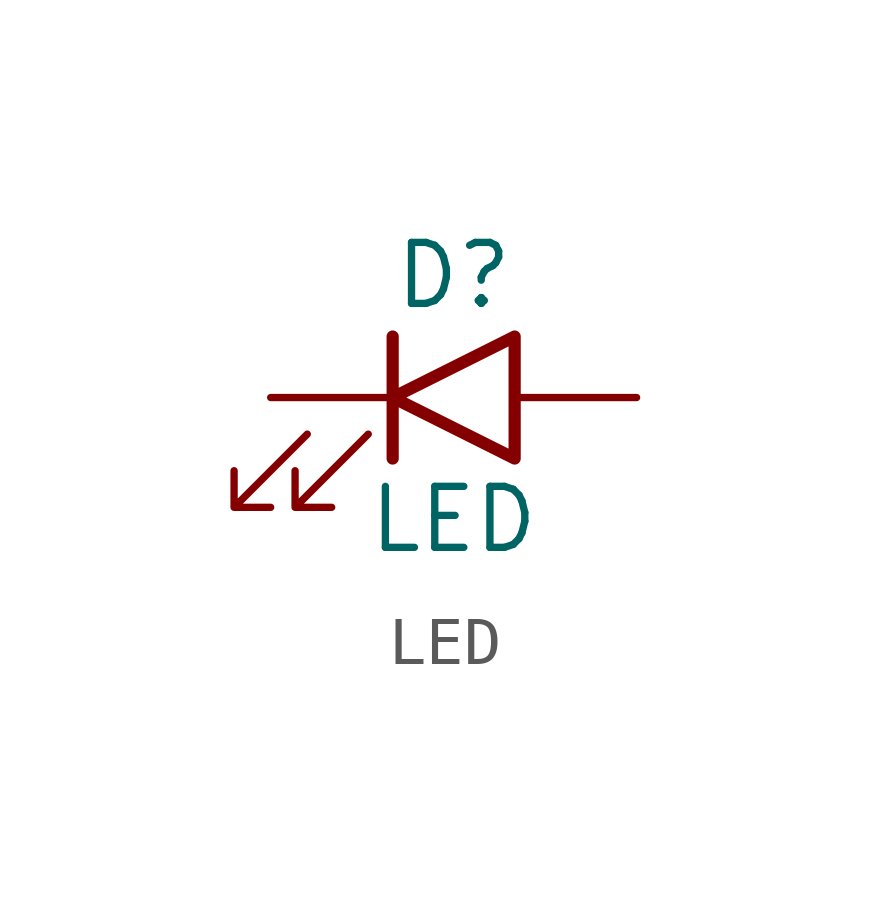
<source format=kicad_sym>
(kicad_symbol_lib
  (version 20231120)
  (generator "kicad_symbol_editor")
  (generator_version "8.0")
  (symbol "LED"
    (pin_numbers hide)
    (pin_names
      (offset 1.016) hide)
    (property "Reference" "D"
      (at 0 2.54 0)
      (effects (font (size 1.27 1.27))))
    (property "Value" "LED"
      (at 0 -2.54 0)
      (effects (font (size 1.27 1.27))))
    (symbol "LED_0_1"
      (polyline (pts (xy -1.27 -1.27) (xy -1.27 1.27)) (stroke (width 0.254) (type default)) (fill (type none)))
      (polyline (pts (xy 1.27 -1.27) (xy 1.27 1.27) (xy -1.27 0) (xy 1.27 -1.27)) (stroke (width 0.254) (type default)) (fill (type none)))
      (polyline (pts (xy -3.048 -0.762) (xy -4.572 -2.286) (xy -3.81 -2.286) (xy -4.572 -2.286) (xy -4.572 -1.524)) (stroke (width 0) (type default)) (fill (type none)))
      (polyline (pts (xy -1.778 -0.762) (xy -3.302 -2.286) (xy -2.54 -2.286) (xy -3.302 -2.286) (xy -3.302 -1.524)) (stroke (width 0) (type default)) (fill (type none))))
    (symbol "LED_1_1"
      (pin passive line (at 3.81 0 180) (length 2.54) (name "A" (effects (font (size 1.27 1.27)))) (number "1" (effects (font (size 1.27 1.27)))))
      (pin passive line (at -3.81 0 0) (length 2.54) (name "K" (effects (font (size 1.27 1.27)))) (number "2" (effects (font (size 1.27 1.27))))))))
</source>
